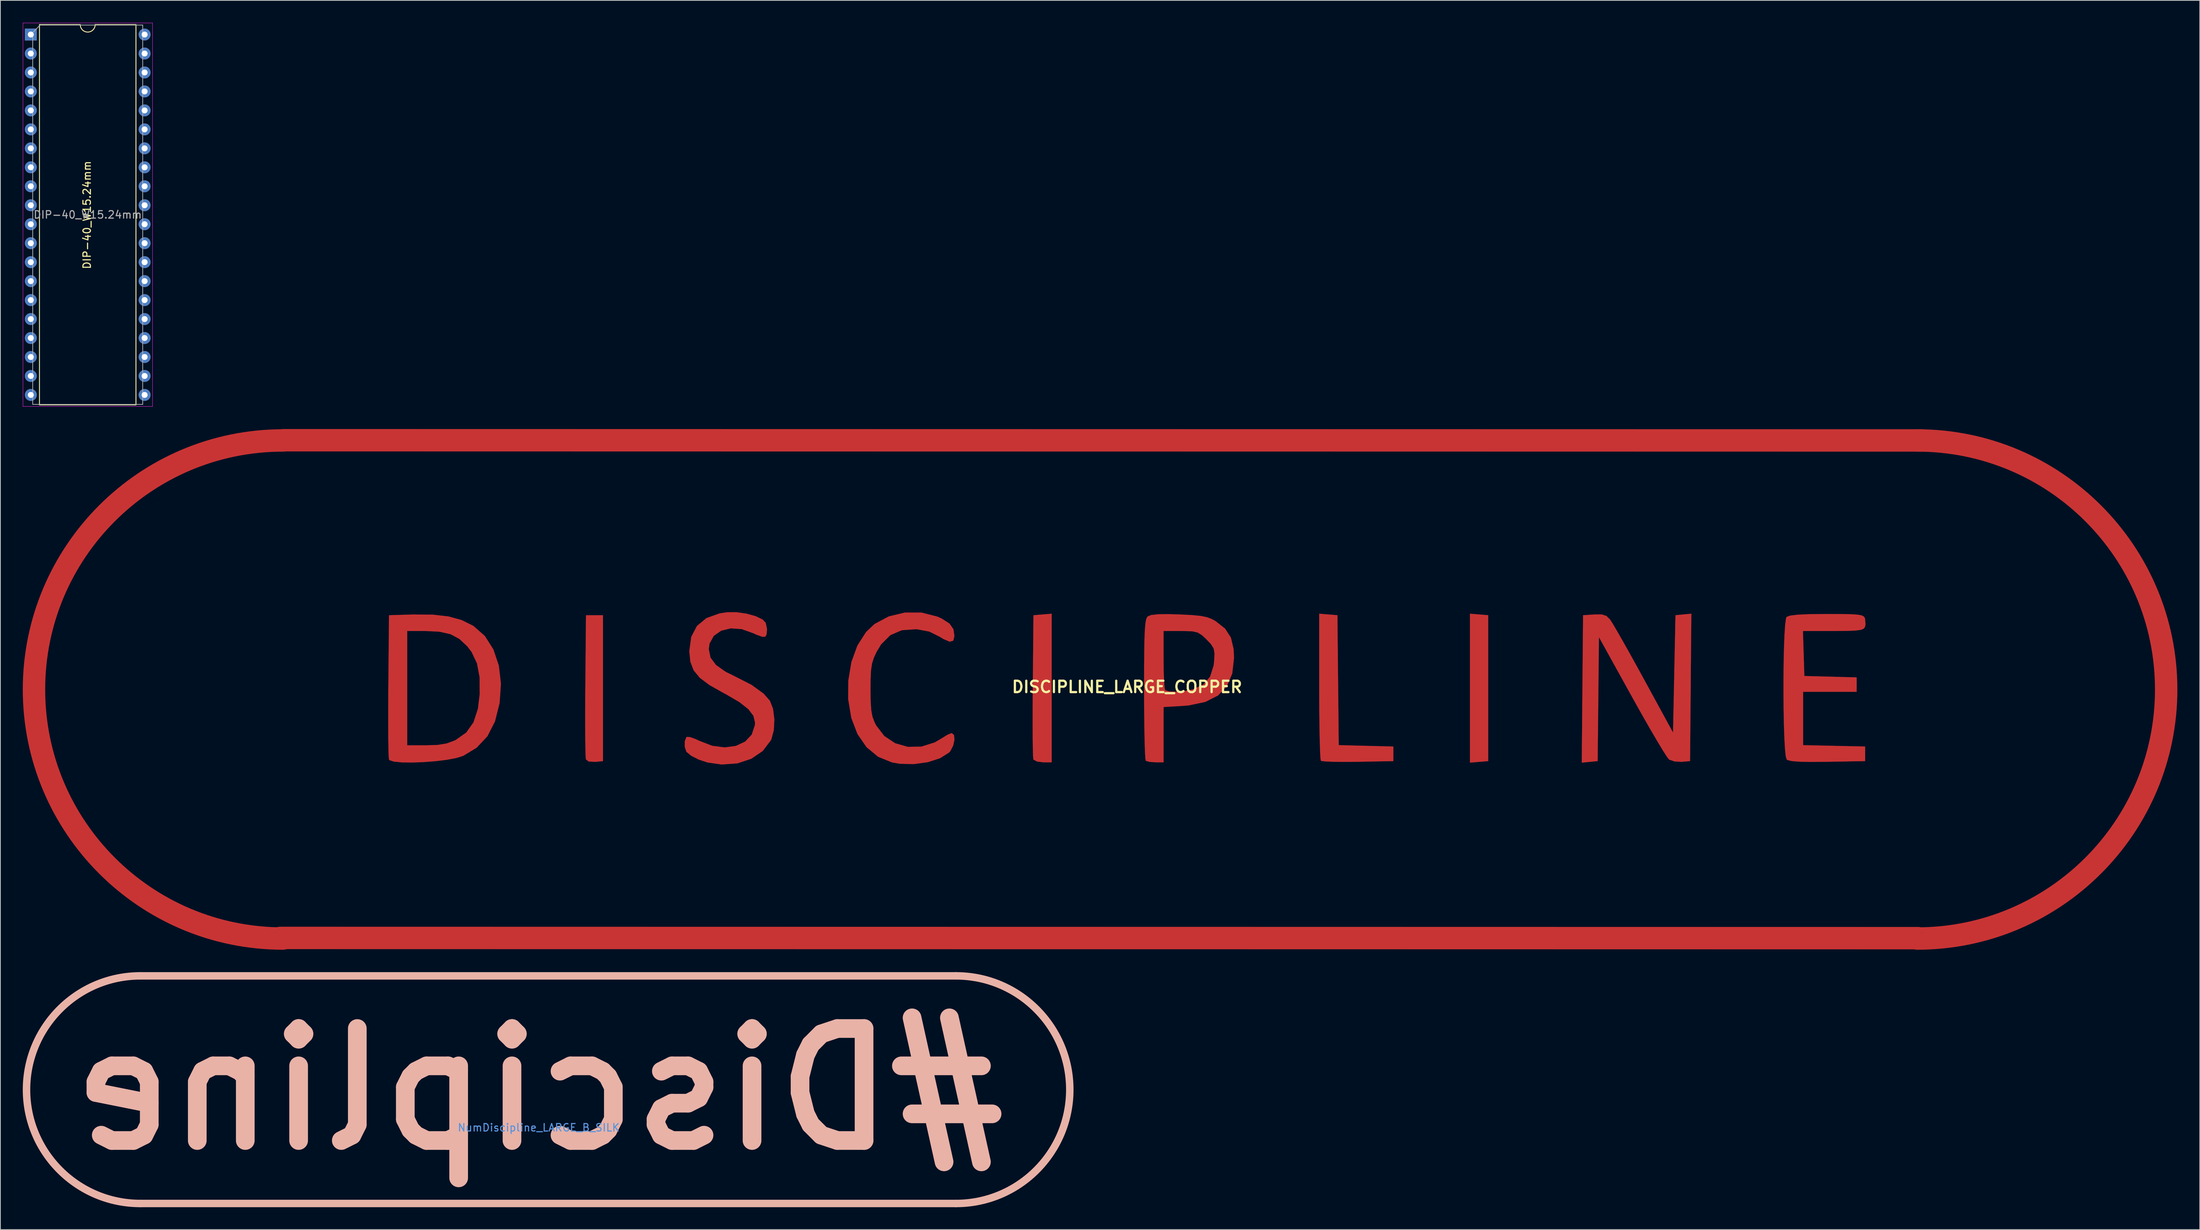
<source format=kicad_pcb>
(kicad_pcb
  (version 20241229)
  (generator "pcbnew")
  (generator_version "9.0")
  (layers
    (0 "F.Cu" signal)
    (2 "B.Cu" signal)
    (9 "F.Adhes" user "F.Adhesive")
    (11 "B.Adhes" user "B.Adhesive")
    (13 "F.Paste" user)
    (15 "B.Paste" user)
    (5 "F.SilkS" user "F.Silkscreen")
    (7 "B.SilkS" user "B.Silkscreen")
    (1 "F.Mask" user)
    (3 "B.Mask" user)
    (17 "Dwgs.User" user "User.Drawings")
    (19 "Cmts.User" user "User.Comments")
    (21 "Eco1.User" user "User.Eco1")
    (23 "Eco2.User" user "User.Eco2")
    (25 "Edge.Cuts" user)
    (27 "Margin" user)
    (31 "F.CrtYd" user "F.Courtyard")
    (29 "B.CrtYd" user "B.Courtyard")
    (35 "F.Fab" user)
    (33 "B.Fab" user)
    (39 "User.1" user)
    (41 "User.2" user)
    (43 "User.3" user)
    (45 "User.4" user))
  (footprint "DIP-40_W15.24mm"
    (layer "F.Cu")
    (at 1.075 1.575)
    (property "Reference" "DIP-40_W15.24mm" (at 7.524 24.165 90) (layer "F.SilkS") (effects (font (size 1 1) (thickness 0.15))))
    (attr through_hole)
    (fp_line (start 1.16 -1.33) (end 1.16 49.59) (stroke (width 0.12) (type solid)) (layer "F.SilkS"))
    (fp_line (start 1.16 49.59) (end 14.08 49.59) (stroke (width 0.12) (type solid)) (layer "F.SilkS"))
    (fp_line (start 6.62 -1.33) (end 1.16 -1.33) (stroke (width 0.12) (type solid)) (layer "F.SilkS"))
    (fp_line (start 14.08 -1.33) (end 8.62 -1.33) (stroke (width 0.12) (type solid)) (layer "F.SilkS"))
    (fp_line (start 14.08 49.59) (end 14.08 -1.33) (stroke (width 0.12) (type solid)) (layer "F.SilkS"))
    (fp_arc (start 8.62 -1.33) (mid 7.62 -0.33) (end 6.62 -1.33) (stroke (width 0.12) (type solid)) (layer "F.SilkS"))
    (fp_line (start -1.05 -1.55) (end -1.05 49.8) (stroke (width 0.05) (type solid)) (layer "F.CrtYd"))
    (fp_line (start -1.05 49.8) (end 16.3 49.8) (stroke (width 0.05) (type solid)) (layer "F.CrtYd"))
    (fp_line (start 16.3 -1.55) (end -1.05 -1.55) (stroke (width 0.05) (type solid)) (layer "F.CrtYd"))
    (fp_line (start 16.3 49.8) (end 16.3 -1.55) (stroke (width 0.05) (type solid)) (layer "F.CrtYd"))
    (fp_line (start 0.255 -0.27) (end 1.255 -1.27) (stroke (width 0.1) (type solid)) (layer "F.Fab"))
    (fp_line (start 0.255 49.53) (end 0.255 -0.27) (stroke (width 0.1) (type solid)) (layer "F.Fab"))
    (fp_line (start 1.255 -1.27) (end 14.985 -1.27) (stroke (width 0.1) (type solid)) (layer "F.Fab"))
    (fp_line (start 14.985 -1.27) (end 14.985 49.53) (stroke (width 0.1) (type solid)) (layer "F.Fab"))
    (fp_line (start 14.985 49.53) (end 0.255 49.53) (stroke (width 0.1) (type solid)) (layer "F.Fab"))
    (fp_text user "${REFERENCE}" (at 7.62 24.13 0) (layer "F.Fab") (effects (font (size 1 1) (thickness 0.15))))
    (pad "1" thru_hole rect (at 0 0) (size 1.6 1.6) (drill 0.8) (layers "*.Cu" "*.Mask"))
    (pad "2" thru_hole oval (at 0 2.54) (size 1.6 1.6) (drill 0.8) (layers "*.Cu" "*.Mask"))
    (pad "3" thru_hole oval (at 0 5.08) (size 1.6 1.6) (drill 0.8) (layers "*.Cu" "*.Mask"))
    (pad "4" thru_hole oval (at 0 7.62) (size 1.6 1.6) (drill 0.8) (layers "*.Cu" "*.Mask"))
    (pad "5" thru_hole oval (at 0 10.16) (size 1.6 1.6) (drill 0.8) (layers "*.Cu" "*.Mask"))
    (pad "6" thru_hole oval (at 0 12.7) (size 1.6 1.6) (drill 0.8) (layers "*.Cu" "*.Mask"))
    (pad "7" thru_hole oval (at 0 15.24) (size 1.6 1.6) (drill 0.8) (layers "*.Cu" "*.Mask"))
    (pad "8" thru_hole oval (at 0 17.78) (size 1.6 1.6) (drill 0.8) (layers "*.Cu" "*.Mask"))
    (pad "9" thru_hole oval (at 0 20.32) (size 1.6 1.6) (drill 0.8) (layers "*.Cu" "*.Mask"))
    (pad "10" thru_hole oval (at 0 22.86) (size 1.6 1.6) (drill 0.8) (layers "*.Cu" "*.Mask"))
    (pad "11" thru_hole oval (at 0 25.4) (size 1.6 1.6) (drill 0.8) (layers "*.Cu" "*.Mask"))
    (pad "12" thru_hole oval (at 0 27.94) (size 1.6 1.6) (drill 0.8) (layers "*.Cu" "*.Mask"))
    (pad "13" thru_hole oval (at 0 30.48) (size 1.6 1.6) (drill 0.8) (layers "*.Cu" "*.Mask"))
    (pad "14" thru_hole oval (at 0 33.02) (size 1.6 1.6) (drill 0.8) (layers "*.Cu" "*.Mask"))
    (pad "15" thru_hole oval (at 0 35.56) (size 1.6 1.6) (drill 0.8) (layers "*.Cu" "*.Mask"))
    (pad "16" thru_hole oval (at 0 38.1) (size 1.6 1.6) (drill 0.8) (layers "*.Cu" "*.Mask"))
    (pad "17" thru_hole oval (at 0 40.64) (size 1.6 1.6) (drill 0.8) (layers "*.Cu" "*.Mask"))
    (pad "18" thru_hole oval (at 0 43.18) (size 1.6 1.6) (drill 0.8) (layers "*.Cu" "*.Mask"))
    (pad "19" thru_hole oval (at 0 45.72) (size 1.6 1.6) (drill 0.8) (layers "*.Cu" "*.Mask"))
    (pad "20" thru_hole oval (at 0 48.26) (size 1.6 1.6) (drill 0.8) (layers "*.Cu" "*.Mask"))
    (pad "21" thru_hole oval (at 15.24 48.26) (size 1.6 1.6) (drill 0.8) (layers "*.Cu" "*.Mask"))
    (pad "22" thru_hole oval (at 15.24 45.72) (size 1.6 1.6) (drill 0.8) (layers "*.Cu" "*.Mask"))
    (pad "23" thru_hole oval (at 15.24 43.18) (size 1.6 1.6) (drill 0.8) (layers "*.Cu" "*.Mask"))
    (pad "24" thru_hole oval (at 15.24 40.64) (size 1.6 1.6) (drill 0.8) (layers "*.Cu" "*.Mask"))
    (pad "25" thru_hole oval (at 15.24 38.1) (size 1.6 1.6) (drill 0.8) (layers "*.Cu" "*.Mask"))
    (pad "26" thru_hole oval (at 15.24 35.56) (size 1.6 1.6) (drill 0.8) (layers "*.Cu" "*.Mask"))
    (pad "27" thru_hole oval (at 15.24 33.02) (size 1.6 1.6) (drill 0.8) (layers "*.Cu" "*.Mask"))
    (pad "28" thru_hole oval (at 15.24 30.48) (size 1.6 1.6) (drill 0.8) (layers "*.Cu" "*.Mask"))
    (pad "29" thru_hole oval (at 15.24 27.94) (size 1.6 1.6) (drill 0.8) (layers "*.Cu" "*.Mask"))
    (pad "30" thru_hole oval (at 15.24 25.4) (size 1.6 1.6) (drill 0.8) (layers "*.Cu" "*.Mask"))
    (pad "31" thru_hole oval (at 15.24 22.86) (size 1.6 1.6) (drill 0.8) (layers "*.Cu" "*.Mask"))
    (pad "32" thru_hole oval (at 15.24 20.32) (size 1.6 1.6) (drill 0.8) (layers "*.Cu" "*.Mask"))
    (pad "33" thru_hole oval (at 15.24 17.78) (size 1.6 1.6) (drill 0.8) (layers "*.Cu" "*.Mask"))
    (pad "34" thru_hole oval (at 15.24 15.24) (size 1.6 1.6) (drill 0.8) (layers "*.Cu" "*.Mask"))
    (pad "35" thru_hole oval (at 15.24 12.7) (size 1.6 1.6) (drill 0.8) (layers "*.Cu" "*.Mask"))
    (pad "36" thru_hole oval (at 15.24 10.16) (size 1.6 1.6) (drill 0.8) (layers "*.Cu" "*.Mask"))
    (pad "37" thru_hole oval (at 15.24 7.62) (size 1.6 1.6) (drill 0.8) (layers "*.Cu" "*.Mask"))
    (pad "38" thru_hole oval (at 15.24 5.08) (size 1.6 1.6) (drill 0.8) (layers "*.Cu" "*.Mask"))
    (pad "39" thru_hole oval (at 15.24 2.54) (size 1.6 1.6) (drill 0.8) (layers "*.Cu" "*.Mask"))
    (pad "40" thru_hole oval (at 15.24 0) (size 1.6 1.6) (drill 0.8) (layers "*.Cu" "*.Mask")))
  (footprint "NumDiscipline_LARGE_B_SILK"
    (layer "F.Cu")
    (at 69.08 142.87)
    (property "Reference" "NumDiscipline_LARGE_B_SILK" (at 0 5.08 0) (layer "Cmts.User") (effects (font (size 1 1) (thickness 0.15))))
    (attr through_hole)
    (fp_line (start -53.34 15.24) (end 55.88 15.24) (stroke (width 1) (type solid)) (layer "B.SilkS"))
    (fp_line (start 55.88 -15.24) (end -53.34 -15.24) (stroke (width 1) (type solid)) (layer "B.SilkS"))
    (fp_arc (start -53.34 15.24) (mid -68.58 0) (end -53.34 -15.24) (stroke (width 1) (type solid)) (layer "B.SilkS"))
    (fp_arc (start 55.88 -15.24) (mid 71.12 0) (end 55.88 15.24) (stroke (width 1) (type solid)) (layer "B.SilkS"))
    (fp_text user "#Discipline" (at 0 0 0) (layer "B.SilkS") (effects (font (size 15 15) (thickness 2.5)) (justify mirror))))
  (footprint "DISCIPLINE_LARGE_COPPER"
    (layer "F.Cu")
    (at 147.87 88.94)
    (property "Reference" "DISCIPLINE_LARGE_COPPER" (at 0 0 0) (layer "F.SilkS") (effects (font (size 1.524 1.524) (thickness 0.3))))
    (attr through_hole)
    (fp_line (start -113.4 33.61) (end 105.92 33.64) (stroke (width 3) (type solid)) (layer "F.Cu"))
    (fp_line (start -112.95 -33.04) (end 106.37 -33.01) (stroke (width 3) (type solid)) (layer "F.Cu"))
    (fp_arc (start -113.02 33.69) (mid -146.37 0.34) (end -113.02 -33.01) (stroke (width 3) (type solid)) (layer "F.Cu"))
    (fp_arc (start 105.79 -33.01) (mid 139.14 0.34) (end 105.79 33.69) (stroke (width 3) (type solid)) (layer "F.Cu"))
    (fp_poly (pts (xy 47.137 -9.707) (xy 48.358 -9.606) (xy 48.358 9.932) (xy 47.137 10.033) (xy 45.915 10.134) (xy 45.915 -9.809) (xy 47.137 -9.707)) (stroke (width 0.01) (type solid)) (fill yes) (layer "F.Cu"))
    (fp_poly (pts (xy -70.176 9.932) (xy -71.236 10.034) (xy -72.094 9.984) (xy -72.462 9.705) (xy -72.502 9.279) (xy -72.532 8.288) (xy -72.552 6.818) (xy -72.562 4.954) (xy -72.56 2.783) (xy -72.546 0.391) (xy -72.542 -0.167) (xy -72.455 -9.606) (xy -70.176 -9.606) (xy -70.176 9.932)) (stroke (width 0.01) (type solid)) (fill yes) (layer "F.Cu"))
    (fp_poly (pts (xy -10.095 10.095) (xy -11.245 10.095) (xy -12.052 9.99) (xy -12.526 9.732) (xy -12.553 9.684) (xy -12.59 9.264) (xy -12.618 8.278) (xy -12.637 6.812) (xy -12.645 4.953) (xy -12.643 2.785) (xy -12.629 0.394) (xy -12.624 -0.167) (xy -12.537 -9.606) (xy -11.316 -9.707) (xy -10.095 -9.809) (xy -10.095 10.095)) (stroke (width 0.01) (type solid)) (fill yes) (layer "F.Cu"))
    (fp_poly (pts (xy 26.947 -9.707) (xy 28.168 -9.606) (xy 28.341 7.794) (xy 35.658 7.978) (xy 35.658 9.932) (xy 30.917 10.022) (xy 29.221 10.039) (xy 27.762 10.025) (xy 26.661 9.984) (xy 26.039 9.919) (xy 25.951 9.886) (xy 25.894 9.515) (xy 25.843 8.576) (xy 25.799 7.149) (xy 25.763 5.318) (xy 25.738 3.165) (xy 25.726 0.771) (xy 25.726 -0.074) (xy 25.726 -9.809) (xy 26.947 -9.707)) (stroke (width 0.01) (type solid)) (fill yes) (layer "F.Cu"))
    (fp_poly (pts (xy 75.472 0.06) (xy 75.386 9.932) (xy 74.246 10.028) (xy 73.313 9.978) (xy 72.594 9.726) (xy 72.56 9.702) (xy 72.265 9.315) (xy 71.703 8.434) (xy 70.922 7.136) (xy 69.966 5.5) (xy 68.883 3.602) (xy 67.718 1.521) (xy 67.6 1.309) (xy 63.186 -6.664) (xy 63.012 9.932) (xy 61.948 10.034) (xy 60.885 10.137) (xy 60.971 0.265) (xy 61.058 -9.606) (xy 62.568 -9.704) (xy 63.573 -9.71) (xy 64.195 -9.505) (xy 64.685 -9.013) (xy 65.005 -8.515) (xy 65.585 -7.531) (xy 66.374 -6.152) (xy 67.322 -4.464) (xy 68.378 -2.557) (xy 69.199 -1.059) (xy 73.106 6.106) (xy 73.269 -1.75) (xy 73.432 -9.606) (xy 74.495 -9.709) (xy 75.558 -9.811) (xy 75.472 0.06)) (stroke (width 0.01) (type solid)) (fill yes) (layer "F.Cu"))
    (fp_poly (pts (xy 95.57 -9.763) (xy 96.924 -9.738) (xy 97.825 -9.681) (xy 98.372 -9.581) (xy 98.665 -9.427) (xy 98.803 -9.207) (xy 98.817 -9.164) (xy 98.881 -8.375) (xy 98.805 -8.024) (xy 98.632 -7.797) (xy 98.248 -7.644) (xy 97.546 -7.551) (xy 96.419 -7.504) (xy 94.759 -7.49) (xy 94.552 -7.49) (xy 90.504 -7.49) (xy 90.597 -4.478) (xy 90.691 -1.465) (xy 97.692 -1.281) (xy 97.692 0.651) (xy 90.528 0.651) (xy 90.528 7.796) (xy 94.68 7.887) (xy 98.832 7.978) (xy 98.832 9.932) (xy 93.776 10.021) (xy 91.627 10.042) (xy 90.065 10.013) (xy 89.026 9.931) (xy 88.449 9.794) (xy 88.322 9.712) (xy 88.198 9.27) (xy 88.096 8.28) (xy 88.014 6.844) (xy 87.954 5.066) (xy 87.914 3.048) (xy 87.896 0.894) (xy 87.899 -1.295) (xy 87.922 -3.415) (xy 87.967 -5.363) (xy 88.034 -7.038) (xy 88.121 -8.335) (xy 88.23 -9.152) (xy 88.314 -9.378) (xy 88.775 -9.552) (xy 89.782 -9.673) (xy 91.367 -9.745) (xy 93.567 -9.769) (xy 93.665 -9.769) (xy 95.57 -9.763)) (stroke (width 0.01) (type solid)) (fill yes) (layer "F.Cu"))
    (fp_poly (pts (xy -92.988 -9.682) (xy -90.862 -9.441) (xy -89.101 -8.955) (xy -87.575 -8.196) (xy -87.504 -8.152) (xy -85.992 -6.819) (xy -84.856 -5.028) (xy -84.128 -2.87) (xy -83.841 -0.44) (xy -84.021 2.153) (xy -84.643 4.628) (xy -85.655 6.606) (xy -87.091 8.136) (xy -88.9 9.228) (xy -89.809 9.516) (xy -91.087 9.755) (xy -92.594 9.94) (xy -94.194 10.064) (xy -95.749 10.12) (xy -97.12 10.1) (xy -98.17 9.999) (xy -98.761 9.809) (xy -98.833 9.722) (xy -98.874 9.292) (xy -98.906 8.296) (xy -98.927 6.822) (xy -98.938 4.955) (xy -98.937 2.782) (xy -98.923 0.388) (xy -98.919 -0.167) (xy -98.851 -7.49) (xy -96.39 -7.49) (xy -96.39 7.815) (xy -93.854 7.815) (xy -92.286 7.761) (xy -91.114 7.569) (xy -90.091 7.193) (xy -89.865 7.083) (xy -88.489 6.108) (xy -87.521 4.745) (xy -86.926 2.929) (xy -86.69 0.999) (xy -86.702 -1.31) (xy -87.053 -3.165) (xy -87.776 -4.689) (xy -88.339 -5.426) (xy -89.403 -6.427) (xy -90.592 -7.064) (xy -92.075 -7.397) (xy -93.937 -7.49) (xy -96.39 -7.49) (xy -98.851 -7.49) (xy -98.832 -9.606) (xy -95.606 -9.7) (xy -92.988 -9.682)) (stroke (width 0.01) (type solid)) (fill yes) (layer "F.Cu"))
    (fp_poly (pts (xy -27.52 -9.957) (xy -25.397 -9.417) (xy -24.811 -9.15) (xy -23.769 -8.477) (xy -23.247 -7.716) (xy -23.121 -6.831) (xy -23.27 -6.199) (xy -23.746 -6.061) (xy -24.592 -6.415) (xy -25.092 -6.726) (xy -26.471 -7.411) (xy -28.073 -7.714) (xy -28.279 -7.729) (xy -30.166 -7.601) (xy -31.697 -6.939) (xy -32.926 -5.712) (xy -33.522 -4.729) (xy -33.907 -3.908) (xy -34.152 -3.131) (xy -34.288 -2.214) (xy -34.344 -0.972) (xy -34.354 0.319) (xy -34.333 1.955) (xy -34.256 3.117) (xy -34.094 3.978) (xy -33.822 4.714) (xy -33.608 5.142) (xy -32.506 6.574) (xy -31.047 7.542) (xy -29.353 8.023) (xy -27.547 7.992) (xy -25.75 7.428) (xy -24.733 6.827) (xy -24.018 6.388) (xy -23.5 6.188) (xy -23.477 6.187) (xy -23.17 6.444) (xy -23.116 7.071) (xy -23.284 7.849) (xy -23.645 8.564) (xy -23.842 8.788) (xy -25.046 9.546) (xy -26.673 10.072) (xy -28.529 10.331) (xy -30.417 10.29) (xy -31.471 10.11) (xy -33.341 9.346) (xy -34.896 8.056) (xy -36.103 6.303) (xy -36.929 4.148) (xy -37.341 1.652) (xy -37.331 -0.814) (xy -36.916 -3.333) (xy -36.107 -5.547) (xy -34.952 -7.352) (xy -33.827 -8.421) (xy -31.913 -9.444) (xy -29.751 -9.961) (xy -27.52 -9.957)) (stroke (width 0.01) (type solid)) (fill yes) (layer "F.Cu"))
    (fp_poly (pts (xy 6.944 -9.71) (xy 8.641 -9.627) (xy 9.844 -9.512) (xy 10.708 -9.337) (xy 11.391 -9.072) (xy 11.861 -8.808) (xy 13.124 -7.81) (xy 13.902 -6.611) (xy 14.269 -5.063) (xy 14.322 -3.908) (xy 14.085 -1.798) (xy 13.376 -0.118) (xy 12.179 1.145) (xy 10.481 2.004) (xy 8.269 2.471) (xy 7.43 2.541) (xy 4.885 2.689) (xy 4.885 10.095) (xy 3.799 10.095) (xy 2.995 10.035) (xy 2.511 9.891) (xy 2.497 9.878) (xy 2.441 9.508) (xy 2.391 8.572) (xy 2.347 7.152) (xy 2.313 5.332) (xy 2.29 3.196) (xy 2.28 0.829) (xy 2.279 0.311) (xy 2.284 -2.462) (xy 2.299 -4.653) (xy 2.329 -6.332) (xy 2.374 -7.49) (xy 4.885 -7.49) (xy 4.885 -3.636) (xy 4.902 -2.113) (xy 4.949 -0.835) (xy 5.019 0.06) (xy 5.102 0.434) (xy 5.62 0.603) (xy 6.552 0.639) (xy 7.675 0.549) (xy 8.765 0.338) (xy 8.816 0.324) (xy 10.202 -0.316) (xy 11.114 -1.363) (xy 11.591 -2.868) (xy 11.654 -3.41) (xy 11.71 -4.475) (xy 11.592 -5.168) (xy 11.207 -5.764) (xy 10.656 -6.343) (xy 10.013 -6.945) (xy 9.452 -7.288) (xy 8.754 -7.445) (xy 7.7 -7.488) (xy 7.197 -7.49) (xy 4.885 -7.49) (xy 2.374 -7.49) (xy 2.377 -7.569) (xy 2.447 -8.432) (xy 2.541 -8.992) (xy 2.664 -9.318) (xy 2.769 -9.445) (xy 3.249 -9.635) (xy 4.169 -9.734) (xy 5.606 -9.748) (xy 6.944 -9.71)) (stroke (width 0.01) (type solid)) (fill yes) (layer "F.Cu"))
    (fp_poly (pts (xy -50.957 -9.815) (xy -49.73 -9.475) (xy -48.807 -9.033) (xy -48.386 -8.586) (xy -48.208 -7.745) (xy -48.276 -7.008) (xy -48.472 -6.705) (xy -48.908 -6.736) (xy -49.673 -7.015) (xy -50.007 -7.175) (xy -51.582 -7.74) (xy -53.069 -7.846) (xy -54.359 -7.533) (xy -55.343 -6.838) (xy -55.913 -5.801) (xy -56.01 -5.047) (xy -55.777 -3.922) (xy -55.04 -2.933) (xy -53.744 -2.022) (xy -52.553 -1.435) (xy -50.287 -0.278) (xy -48.658 0.903) (xy -47.826 1.852) (xy -47.406 2.929) (xy -47.229 4.334) (xy -47.303 5.791) (xy -47.636 7.021) (xy -47.695 7.141) (xy -48.786 8.574) (xy -50.318 9.617) (xy -52.183 10.234) (xy -54.274 10.387) (xy -56.173 10.118) (xy -57.336 9.734) (xy -58.355 9.22) (xy -58.991 8.699) (xy -59.017 8.662) (xy -59.23 8.009) (xy -59.224 7.25) (xy -59.008 6.724) (xy -58.962 6.689) (xy -58.517 6.716) (xy -57.735 6.999) (xy -57.299 7.209) (xy -55.562 7.879) (xy -53.89 8.098) (xy -52.382 7.899) (xy -51.139 7.317) (xy -50.259 6.382) (xy -49.843 5.128) (xy -49.823 4.75) (xy -50.037 3.861) (xy -50.715 2.971) (xy -51.91 2.033) (xy -53.674 0.997) (xy -54.092 0.778) (xy -55.927 -0.257) (xy -57.215 -1.224) (xy -58.037 -2.225) (xy -58.477 -3.362) (xy -58.615 -4.736) (xy -58.615 -4.84) (xy -58.359 -6.707) (xy -57.595 -8.168) (xy -56.327 -9.217) (xy -54.562 -9.85) (xy -53.602 -9.998) (xy -52.309 -10.006) (xy -50.957 -9.815)) (stroke (width 0.01) (type solid)) (fill yes) (layer "F.Cu")))
  (gr_rect
    (start -3 -3)
    (end 291.51 161.61)
    (stroke (width 0.1) (type default))
    (fill no)
    (layer "Edge.Cuts")))
</source>
